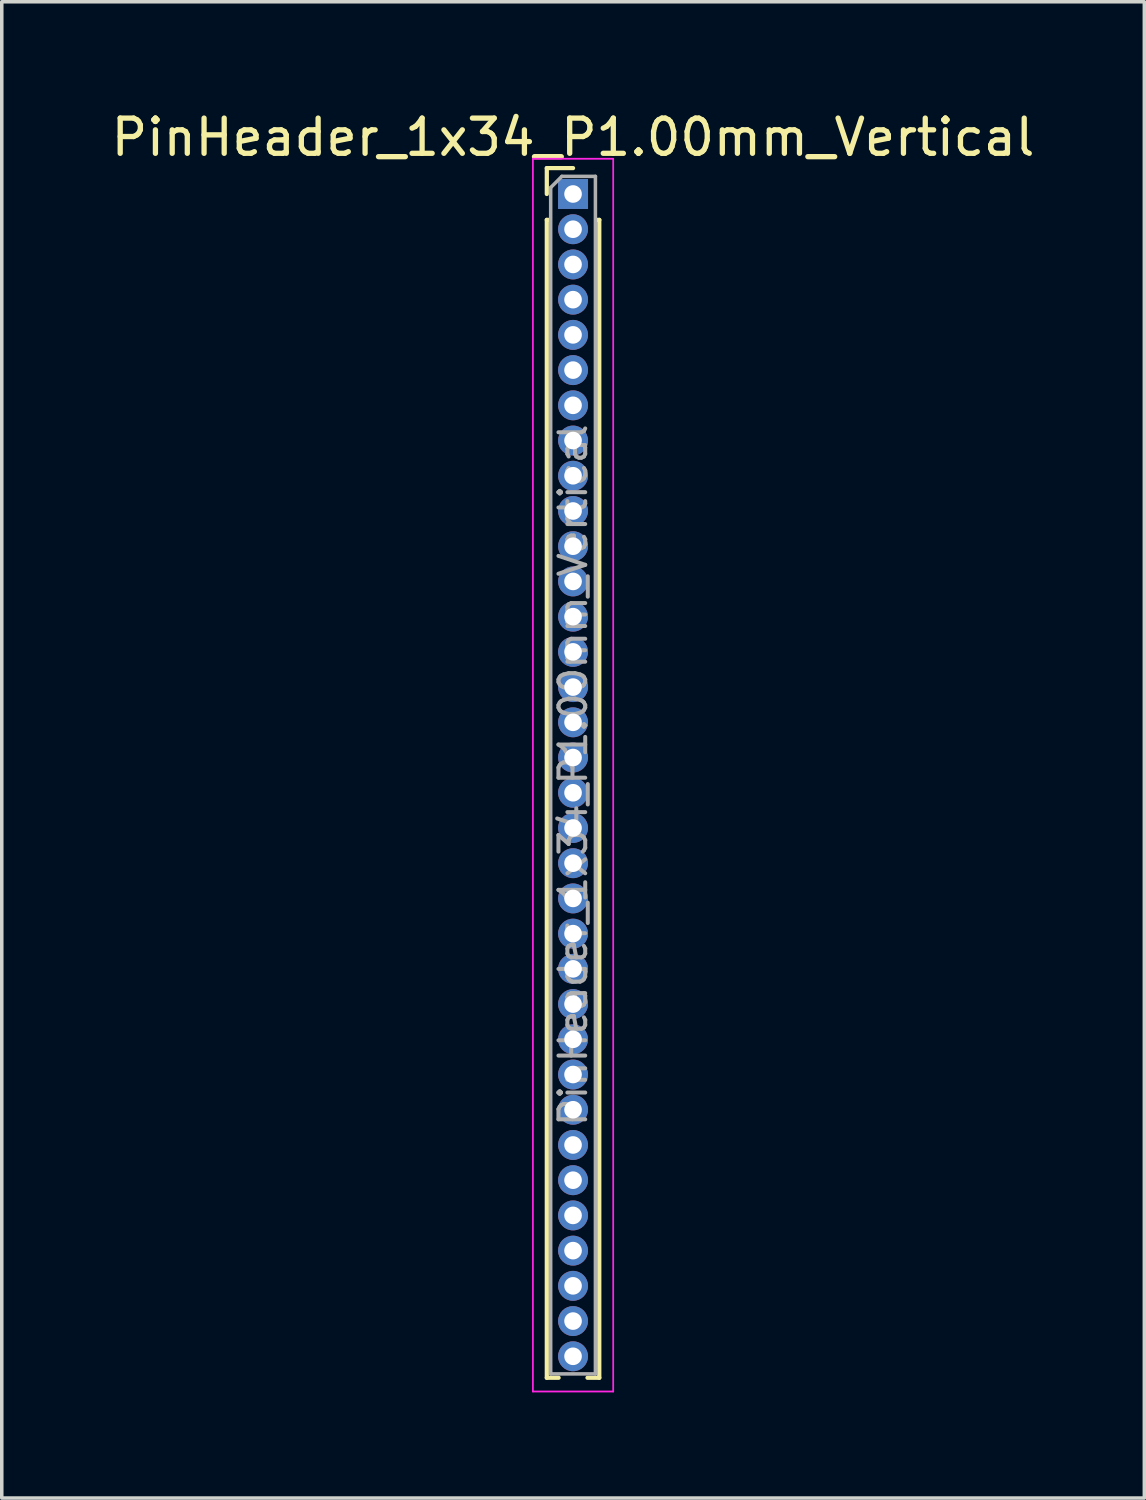
<source format=kicad_pcb>
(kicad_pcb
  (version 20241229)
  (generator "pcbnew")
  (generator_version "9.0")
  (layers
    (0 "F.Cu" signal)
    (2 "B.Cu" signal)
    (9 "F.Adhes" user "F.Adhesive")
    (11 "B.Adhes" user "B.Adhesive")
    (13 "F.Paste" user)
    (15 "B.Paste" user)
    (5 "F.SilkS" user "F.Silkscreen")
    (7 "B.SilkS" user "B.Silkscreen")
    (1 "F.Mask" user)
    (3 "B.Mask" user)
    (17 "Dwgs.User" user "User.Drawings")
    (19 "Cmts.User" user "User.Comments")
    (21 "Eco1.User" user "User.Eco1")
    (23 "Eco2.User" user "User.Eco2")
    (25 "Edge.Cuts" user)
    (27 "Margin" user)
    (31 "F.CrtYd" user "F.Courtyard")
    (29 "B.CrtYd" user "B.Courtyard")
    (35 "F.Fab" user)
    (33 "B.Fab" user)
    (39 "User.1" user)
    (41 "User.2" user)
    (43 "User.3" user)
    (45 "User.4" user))
  (footprint "PinHeader_1x34_P1.00mm_Vertical"
    (layer "F.Cu")
    (at 13.22 2.458)
    (property "Reference" "PinHeader_1x34_P1.00mm_Vertical" (at 0 -1.61 0) (layer "F.SilkS") (effects (font (size 1 1) (thickness 0.15))))
    (attr through_hole)
    (fp_line (start -0.745 -0.735) (end 0 -0.735) (stroke (width 0.12) (type solid)) (layer "F.SilkS"))
    (fp_line (start -0.745 0) (end -0.745 -0.735) (stroke (width 0.12) (type solid)) (layer "F.SilkS"))
    (fp_line (start -0.745 0.735) (end -0.745 33.61) (stroke (width 0.12) (type solid)) (layer "F.SilkS"))
    (fp_line (start -0.745 0.735) (end -0.686 0.735) (stroke (width 0.12) (type solid)) (layer "F.SilkS"))
    (fp_line (start -0.745 33.61) (end -0.41 33.61) (stroke (width 0.12) (type solid)) (layer "F.SilkS"))
    (fp_line (start 0.41 33.61) (end 0.745 33.61) (stroke (width 0.12) (type solid)) (layer "F.SilkS"))
    (fp_line (start 0.686 0.735) (end 0.745 0.735) (stroke (width 0.12) (type solid)) (layer "F.SilkS"))
    (fp_line (start 0.745 0.735) (end 0.745 33.61) (stroke (width 0.12) (type solid)) (layer "F.SilkS"))
    (fp_line (start -1.14 -1) (end -1.14 34) (stroke (width 0.05) (type solid)) (layer "F.CrtYd"))
    (fp_line (start -1.14 34) (end 1.14 34) (stroke (width 0.05) (type solid)) (layer "F.CrtYd"))
    (fp_line (start 1.14 -1) (end -1.14 -1) (stroke (width 0.05) (type solid)) (layer "F.CrtYd"))
    (fp_line (start 1.14 34) (end 1.14 -1) (stroke (width 0.05) (type solid)) (layer "F.CrtYd"))
    (fp_line (start -0.635 -0.182) (end -0.318 -0.5) (stroke (width 0.1) (type solid)) (layer "F.Fab"))
    (fp_line (start -0.635 33.5) (end -0.635 -0.182) (stroke (width 0.1) (type solid)) (layer "F.Fab"))
    (fp_line (start -0.318 -0.5) (end 0.635 -0.5) (stroke (width 0.1) (type solid)) (layer "F.Fab"))
    (fp_line (start 0.635 -0.5) (end 0.635 33.5) (stroke (width 0.1) (type solid)) (layer "F.Fab"))
    (fp_line (start 0.635 33.5) (end -0.635 33.5) (stroke (width 0.1) (type solid)) (layer "F.Fab"))
    (fp_text user "${REFERENCE}" (at 0 16.5 90) (layer "F.Fab") (effects (font (size 0.76 0.76) (thickness 0.114))))
    (pad "1" thru_hole rect (at 0 0) (size 0.85 0.85) (drill 0.5) (layers "*.Cu" "*.Mask"))
    (pad "2" thru_hole circle (at 0 1) (size 0.85 0.85) (drill 0.5) (layers "*.Cu" "*.Mask"))
    (pad "3" thru_hole circle (at 0 2) (size 0.85 0.85) (drill 0.5) (layers "*.Cu" "*.Mask"))
    (pad "4" thru_hole circle (at 0 3) (size 0.85 0.85) (drill 0.5) (layers "*.Cu" "*.Mask"))
    (pad "5" thru_hole circle (at 0 4) (size 0.85 0.85) (drill 0.5) (layers "*.Cu" "*.Mask"))
    (pad "6" thru_hole circle (at 0 5) (size 0.85 0.85) (drill 0.5) (layers "*.Cu" "*.Mask"))
    (pad "7" thru_hole circle (at 0 6) (size 0.85 0.85) (drill 0.5) (layers "*.Cu" "*.Mask"))
    (pad "8" thru_hole circle (at 0 7) (size 0.85 0.85) (drill 0.5) (layers "*.Cu" "*.Mask"))
    (pad "9" thru_hole circle (at 0 8) (size 0.85 0.85) (drill 0.5) (layers "*.Cu" "*.Mask"))
    (pad "10" thru_hole circle (at 0 9) (size 0.85 0.85) (drill 0.5) (layers "*.Cu" "*.Mask"))
    (pad "11" thru_hole circle (at 0 10) (size 0.85 0.85) (drill 0.5) (layers "*.Cu" "*.Mask"))
    (pad "12" thru_hole circle (at 0 11) (size 0.85 0.85) (drill 0.5) (layers "*.Cu" "*.Mask"))
    (pad "13" thru_hole circle (at 0 12) (size 0.85 0.85) (drill 0.5) (layers "*.Cu" "*.Mask"))
    (pad "14" thru_hole circle (at 0 13) (size 0.85 0.85) (drill 0.5) (layers "*.Cu" "*.Mask"))
    (pad "15" thru_hole circle (at 0 14) (size 0.85 0.85) (drill 0.5) (layers "*.Cu" "*.Mask"))
    (pad "16" thru_hole circle (at 0 15) (size 0.85 0.85) (drill 0.5) (layers "*.Cu" "*.Mask"))
    (pad "17" thru_hole circle (at 0 16) (size 0.85 0.85) (drill 0.5) (layers "*.Cu" "*.Mask"))
    (pad "18" thru_hole circle (at 0 17) (size 0.85 0.85) (drill 0.5) (layers "*.Cu" "*.Mask"))
    (pad "19" thru_hole circle (at 0 18) (size 0.85 0.85) (drill 0.5) (layers "*.Cu" "*.Mask"))
    (pad "20" thru_hole circle (at 0 19) (size 0.85 0.85) (drill 0.5) (layers "*.Cu" "*.Mask"))
    (pad "21" thru_hole circle (at 0 20) (size 0.85 0.85) (drill 0.5) (layers "*.Cu" "*.Mask"))
    (pad "22" thru_hole circle (at 0 21) (size 0.85 0.85) (drill 0.5) (layers "*.Cu" "*.Mask"))
    (pad "23" thru_hole circle (at 0 22) (size 0.85 0.85) (drill 0.5) (layers "*.Cu" "*.Mask"))
    (pad "24" thru_hole circle (at 0 23) (size 0.85 0.85) (drill 0.5) (layers "*.Cu" "*.Mask"))
    (pad "25" thru_hole circle (at 0 24) (size 0.85 0.85) (drill 0.5) (layers "*.Cu" "*.Mask"))
    (pad "26" thru_hole circle (at 0 25) (size 0.85 0.85) (drill 0.5) (layers "*.Cu" "*.Mask"))
    (pad "27" thru_hole circle (at 0 26) (size 0.85 0.85) (drill 0.5) (layers "*.Cu" "*.Mask"))
    (pad "28" thru_hole circle (at 0 27) (size 0.85 0.85) (drill 0.5) (layers "*.Cu" "*.Mask"))
    (pad "29" thru_hole circle (at 0 28) (size 0.85 0.85) (drill 0.5) (layers "*.Cu" "*.Mask"))
    (pad "30" thru_hole circle (at 0 29) (size 0.85 0.85) (drill 0.5) (layers "*.Cu" "*.Mask"))
    (pad "31" thru_hole circle (at 0 30) (size 0.85 0.85) (drill 0.5) (layers "*.Cu" "*.Mask"))
    (pad "32" thru_hole circle (at 0 31) (size 0.85 0.85) (drill 0.5) (layers "*.Cu" "*.Mask"))
    (pad "33" thru_hole circle (at 0 32) (size 0.85 0.85) (drill 0.5) (layers "*.Cu" "*.Mask"))
    (pad "34" thru_hole circle (at 0 33) (size 0.85 0.85) (drill 0.5) (layers "*.Cu" "*.Mask")))
  (gr_rect
    (start -3 -3)
    (end 29.44 39.483)
    (stroke (width 0.1) (type default))
    (fill no)
    (layer "Edge.Cuts")))
</source>
